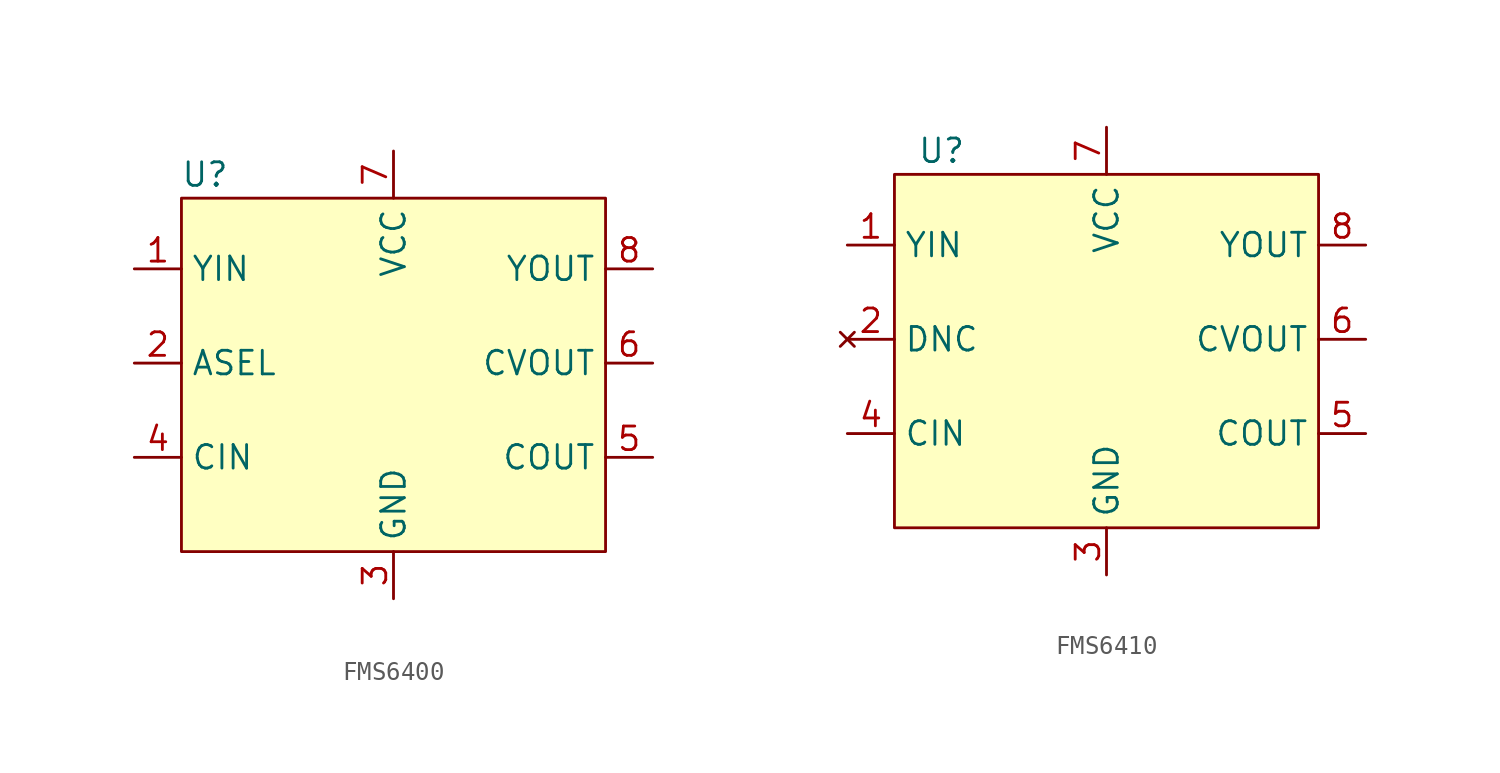
<source format=kicad_sym>
(kicad_symbol_lib
  (version 20220914)
  (generator kicad_symbol_editor)
  (symbol "FMS6400"
    (property "Reference" "U"
      (at -10.16 10.16 0)
      (effects (font (size 1.27 1.27))))
    (property "Value" ""
      (at 0 12.7 0)
      (effects (font (size 1.27 1.27))))
    (symbol "FMS6400_1_1"
      (rectangle (start -11.43 8.89) (end 11.43 -10.16) (stroke (width 0) (type default)) (fill (type background)))
      (pin input line (at -13.97 5.08 0) (length 2.54) (name "YIN" (effects (font (size 1.27 1.27)))) (number "1" (effects (font (size 1.27 1.27)))))
      (pin input line (at -13.97 0 0) (length 2.54) (name "ASEL" (effects (font (size 1.27 1.27)))) (number "2" (effects (font (size 1.27 1.27)))))
      (pin power_in line (at 0 -12.7 90) (length 2.54) (name "GND" (effects (font (size 1.27 1.27)))) (number "3" (effects (font (size 1.27 1.27)))))
      (pin input line (at -13.97 -5.08 0) (length 2.54) (name "CIN" (effects (font (size 1.27 1.27)))) (number "4" (effects (font (size 1.27 1.27)))))
      (pin output line (at 13.97 -5.08 180) (length 2.54) (name "COUT" (effects (font (size 1.27 1.27)))) (number "5" (effects (font (size 1.27 1.27)))))
      (pin output line (at 13.97 0 180) (length 2.54) (name "CVOUT" (effects (font (size 1.27 1.27)))) (number "6" (effects (font (size 1.27 1.27)))))
      (pin power_in line (at 0 11.43 270) (length 2.54) (name "VCC" (effects (font (size 1.27 1.27)))) (number "7" (effects (font (size 1.27 1.27)))))
      (pin output line (at 13.97 5.08 180) (length 2.54) (name "YOUT" (effects (font (size 1.27 1.27)))) (number "8" (effects (font (size 1.27 1.27)))))))
  (symbol "FMS6410"
    (property "Reference" "U"
      (at -8.89 10.16 0)
      (effects (font (size 1.27 1.27))))
    (property "Value" ""
      (at 0 0 0)
      (effects (font (size 1.27 1.27))))
    (symbol "FMS6410_1_1"
      (rectangle (start -11.43 8.89) (end 11.43 -10.16) (stroke (width 0) (type default)) (fill (type background)))
      (pin input line (at -13.97 5.08 0) (length 2.54) (name "YIN" (effects (font (size 1.27 1.27)))) (number "1" (effects (font (size 1.27 1.27)))))
      (pin no_connect line (at -13.97 0 0) (length 2.54) (name "DNC" (effects (font (size 1.27 1.27)))) (number "2" (effects (font (size 1.27 1.27)))))
      (pin power_in line (at 0 -12.7 90) (length 2.54) (name "GND" (effects (font (size 1.27 1.27)))) (number "3" (effects (font (size 1.27 1.27)))))
      (pin input line (at -13.97 -5.08 0) (length 2.54) (name "CIN" (effects (font (size 1.27 1.27)))) (number "4" (effects (font (size 1.27 1.27)))))
      (pin output line (at 13.97 -5.08 180) (length 2.54) (name "COUT" (effects (font (size 1.27 1.27)))) (number "5" (effects (font (size 1.27 1.27)))))
      (pin output line (at 13.97 0 180) (length 2.54) (name "CVOUT" (effects (font (size 1.27 1.27)))) (number "6" (effects (font (size 1.27 1.27)))))
      (pin power_in line (at 0 11.43 270) (length 2.54) (name "VCC" (effects (font (size 1.27 1.27)))) (number "7" (effects (font (size 1.27 1.27)))))
      (pin output line (at 13.97 5.08 180) (length 2.54) (name "YOUT" (effects (font (size 1.27 1.27)))) (number "8" (effects (font (size 1.27 1.27))))))))
</source>
